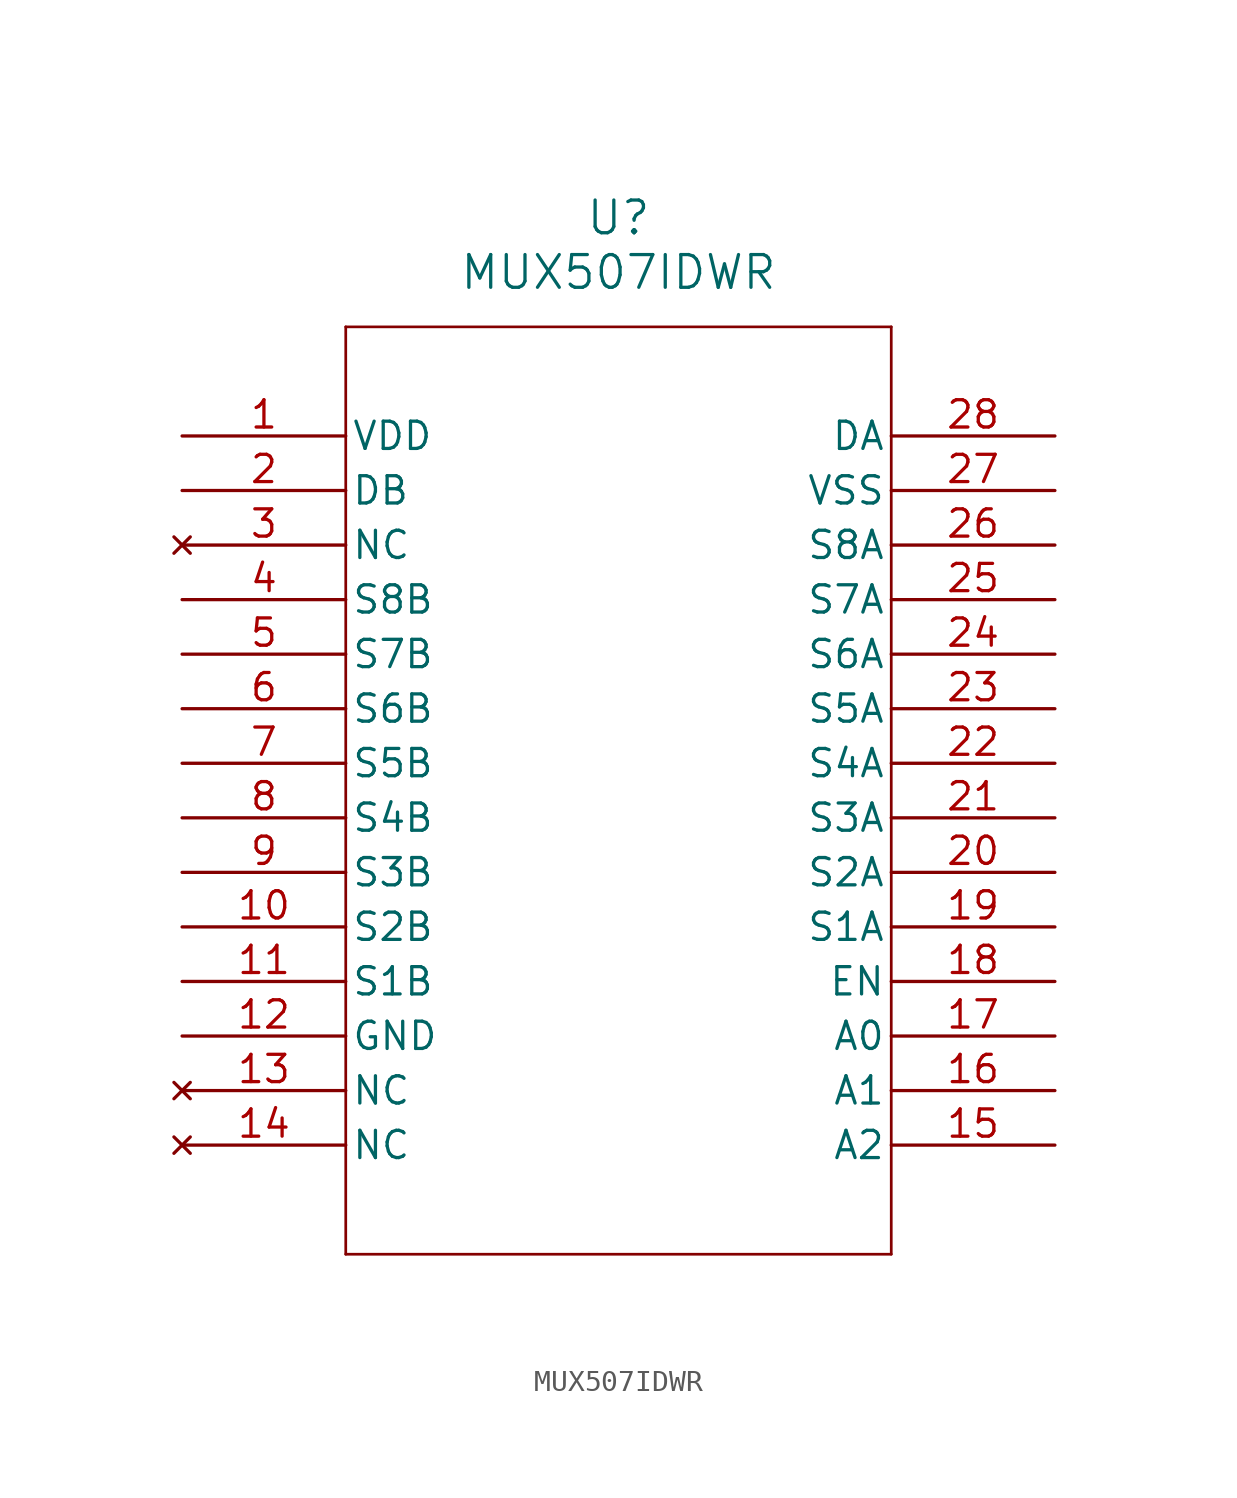
<source format=kicad_sym>
(kicad_symbol_lib
  (version 20211014)
  (generator kicad_symbol_editor)
  (symbol "MUX507IDWR"
    (pin_names
      (offset 0.254))
    (property "Reference" "U"
      (at 20.32 10.16 0)
      (effects (font (size 1.524 1.524))))
    (property "Value" "MUX507IDWR"
      (at 20.32 7.62 0)
      (effects (font (size 1.524 1.524))))
    (symbol "MUX507IDWR_0_1"
      (polyline (pts (xy 7.62 5.08) (xy 7.62 -38.1)) (stroke (width 0.127) (type default) (color 0 0 0 0)) (fill (type none)))
      (polyline (pts (xy 7.62 -38.1) (xy 33.02 -38.1)) (stroke (width 0.127) (type default) (color 0 0 0 0)) (fill (type none)))
      (polyline (pts (xy 33.02 -38.1) (xy 33.02 5.08)) (stroke (width 0.127) (type default) (color 0 0 0 0)) (fill (type none)))
      (polyline (pts (xy 33.02 5.08) (xy 7.62 5.08)) (stroke (width 0.127) (type default) (color 0 0 0 0)) (fill (type none)))
      (pin power_in line (at 0 0 0) (length 7.62) (name "VDD" (effects (font (size 1.27 1.27)))) (number "1" (effects (font (size 1.27 1.27)))))
      (pin unspecified line (at 0 -2.54 0) (length 7.62) (name "DB" (effects (font (size 1.27 1.27)))) (number "2" (effects (font (size 1.27 1.27)))))
      (pin no_connect line (at 0 -5.08 0) (length 7.62) (name "NC" (effects (font (size 1.27 1.27)))) (number "3" (effects (font (size 1.27 1.27)))))
      (pin bidirectional line (at 0 -7.62 0) (length 7.62) (name "S8B" (effects (font (size 1.27 1.27)))) (number "4" (effects (font (size 1.27 1.27)))))
      (pin bidirectional line (at 0 -10.16 0) (length 7.62) (name "S7B" (effects (font (size 1.27 1.27)))) (number "5" (effects (font (size 1.27 1.27)))))
      (pin bidirectional line (at 0 -12.7 0) (length 7.62) (name "S6B" (effects (font (size 1.27 1.27)))) (number "6" (effects (font (size 1.27 1.27)))))
      (pin bidirectional line (at 0 -15.24 0) (length 7.62) (name "S5B" (effects (font (size 1.27 1.27)))) (number "7" (effects (font (size 1.27 1.27)))))
      (pin bidirectional line (at 0 -17.78 0) (length 7.62) (name "S4B" (effects (font (size 1.27 1.27)))) (number "8" (effects (font (size 1.27 1.27)))))
      (pin bidirectional line (at 0 -20.32 0) (length 7.62) (name "S3B" (effects (font (size 1.27 1.27)))) (number "9" (effects (font (size 1.27 1.27)))))
      (pin bidirectional line (at 0 -22.86 0) (length 7.62) (name "S2B" (effects (font (size 1.27 1.27)))) (number "10" (effects (font (size 1.27 1.27)))))
      (pin bidirectional line (at 0 -25.4 0) (length 7.62) (name "S1B" (effects (font (size 1.27 1.27)))) (number "11" (effects (font (size 1.27 1.27)))))
      (pin power_out line (at 0 -27.94 0) (length 7.62) (name "GND" (effects (font (size 1.27 1.27)))) (number "12" (effects (font (size 1.27 1.27)))))
      (pin no_connect line (at 0 -30.48 0) (length 7.62) (name "NC" (effects (font (size 1.27 1.27)))) (number "13" (effects (font (size 1.27 1.27)))))
      (pin no_connect line (at 0 -33.02 0) (length 7.62) (name "NC" (effects (font (size 1.27 1.27)))) (number "14" (effects (font (size 1.27 1.27)))))
      (pin bidirectional line (at 40.64 -33.02 180) (length 7.62) (name "A2" (effects (font (size 1.27 1.27)))) (number "15" (effects (font (size 1.27 1.27)))))
      (pin bidirectional line (at 40.64 -30.48 180) (length 7.62) (name "A1" (effects (font (size 1.27 1.27)))) (number "16" (effects (font (size 1.27 1.27)))))
      (pin bidirectional line (at 40.64 -27.94 180) (length 7.62) (name "A0" (effects (font (size 1.27 1.27)))) (number "17" (effects (font (size 1.27 1.27)))))
      (pin unspecified line (at 40.64 -25.4 180) (length 7.62) (name "EN" (effects (font (size 1.27 1.27)))) (number "18" (effects (font (size 1.27 1.27)))))
      (pin bidirectional line (at 40.64 -22.86 180) (length 7.62) (name "S1A" (effects (font (size 1.27 1.27)))) (number "19" (effects (font (size 1.27 1.27)))))
      (pin bidirectional line (at 40.64 -20.32 180) (length 7.62) (name "S2A" (effects (font (size 1.27 1.27)))) (number "20" (effects (font (size 1.27 1.27)))))
      (pin bidirectional line (at 40.64 -17.78 180) (length 7.62) (name "S3A" (effects (font (size 1.27 1.27)))) (number "21" (effects (font (size 1.27 1.27)))))
      (pin bidirectional line (at 40.64 -15.24 180) (length 7.62) (name "S4A" (effects (font (size 1.27 1.27)))) (number "22" (effects (font (size 1.27 1.27)))))
      (pin bidirectional line (at 40.64 -12.7 180) (length 7.62) (name "S5A" (effects (font (size 1.27 1.27)))) (number "23" (effects (font (size 1.27 1.27)))))
      (pin bidirectional line (at 40.64 -10.16 180) (length 7.62) (name "S6A" (effects (font (size 1.27 1.27)))) (number "24" (effects (font (size 1.27 1.27)))))
      (pin bidirectional line (at 40.64 -7.62 180) (length 7.62) (name "S7A" (effects (font (size 1.27 1.27)))) (number "25" (effects (font (size 1.27 1.27)))))
      (pin bidirectional line (at 40.64 -5.08 180) (length 7.62) (name "S8A" (effects (font (size 1.27 1.27)))) (number "26" (effects (font (size 1.27 1.27)))))
      (pin power_out line (at 40.64 -2.54 180) (length 7.62) (name "VSS" (effects (font (size 1.27 1.27)))) (number "27" (effects (font (size 1.27 1.27)))))
      (pin unspecified line (at 40.64 0 180) (length 7.62) (name "DA" (effects (font (size 1.27 1.27)))) (number "28" (effects (font (size 1.27 1.27))))))))
</source>
